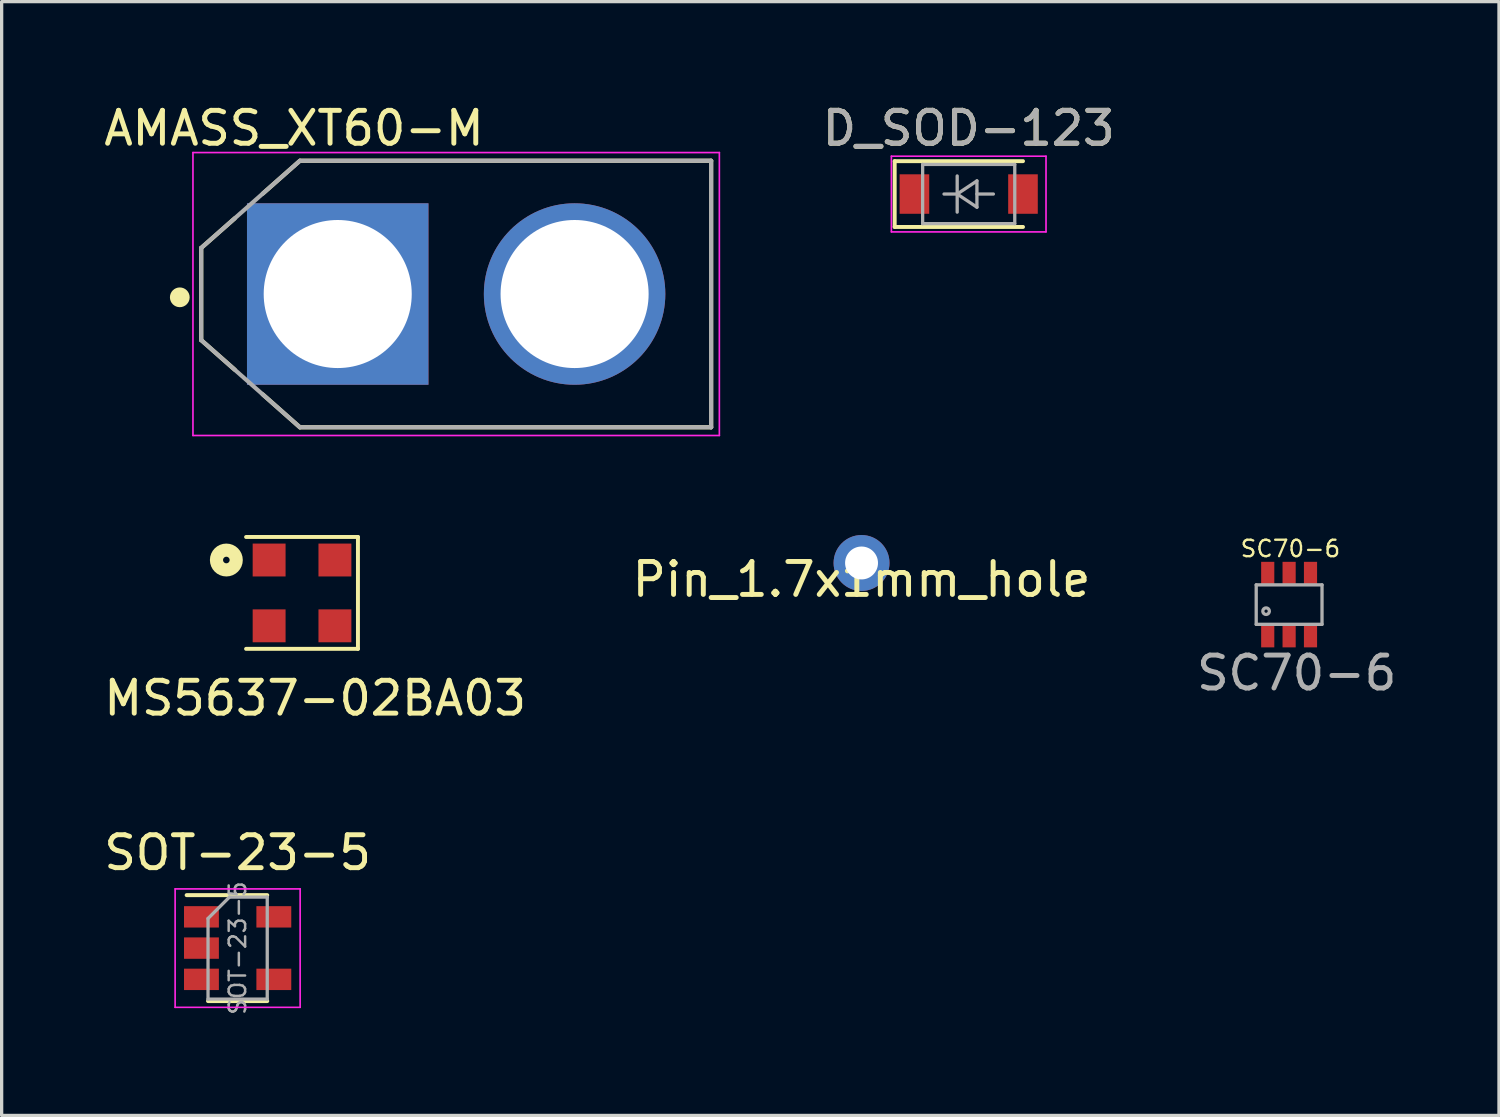
<source format=kicad_pcb>
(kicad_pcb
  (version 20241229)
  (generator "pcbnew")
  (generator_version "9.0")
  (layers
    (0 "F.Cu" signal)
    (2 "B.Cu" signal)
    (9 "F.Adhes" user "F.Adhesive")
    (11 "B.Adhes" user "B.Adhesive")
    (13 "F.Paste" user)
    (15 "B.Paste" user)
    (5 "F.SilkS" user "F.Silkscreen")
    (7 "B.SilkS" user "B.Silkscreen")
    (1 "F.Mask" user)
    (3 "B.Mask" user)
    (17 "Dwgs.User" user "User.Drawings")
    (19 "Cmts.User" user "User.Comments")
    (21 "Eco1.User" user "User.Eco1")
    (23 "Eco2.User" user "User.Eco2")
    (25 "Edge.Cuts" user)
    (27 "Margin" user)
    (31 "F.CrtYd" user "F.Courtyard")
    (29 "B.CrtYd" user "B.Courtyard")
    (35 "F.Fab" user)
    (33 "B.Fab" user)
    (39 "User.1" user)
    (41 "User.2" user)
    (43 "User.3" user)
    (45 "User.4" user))
  (footprint "D_SOD-123"
    (layer "F.Cu")
    (at 26.394 2.848)
    (property "Reference" "D_SOD-123" (at 0 -2 0) (layer "F.SilkS") (effects (font (size 1 1) (thickness 0.15))))
    (attr smd)
    (fp_line (start -2.25 -1) (end -2.25 1) (stroke (width 0.12) (type solid)) (layer "F.SilkS"))
    (fp_line (start -2.25 -1) (end 1.65 -1) (stroke (width 0.12) (type solid)) (layer "F.SilkS"))
    (fp_line (start -2.25 1) (end 1.65 1) (stroke (width 0.12) (type solid)) (layer "F.SilkS"))
    (fp_line (start -2.35 -1.15) (end -2.35 1.15) (stroke (width 0.05) (type solid)) (layer "F.CrtYd"))
    (fp_line (start -2.35 -1.15) (end 2.35 -1.15) (stroke (width 0.05) (type solid)) (layer "F.CrtYd"))
    (fp_line (start 2.35 -1.15) (end 2.35 1.15) (stroke (width 0.05) (type solid)) (layer "F.CrtYd"))
    (fp_line (start 2.35 1.15) (end -2.35 1.15) (stroke (width 0.05) (type solid)) (layer "F.CrtYd"))
    (fp_line (start -1.4 -0.9) (end 1.4 -0.9) (stroke (width 0.1) (type solid)) (layer "F.Fab"))
    (fp_line (start -1.4 0.9) (end -1.4 -0.9) (stroke (width 0.1) (type solid)) (layer "F.Fab"))
    (fp_line (start -0.75 0) (end -0.35 0) (stroke (width 0.1) (type solid)) (layer "F.Fab"))
    (fp_line (start -0.35 0) (end -0.35 -0.55) (stroke (width 0.1) (type solid)) (layer "F.Fab"))
    (fp_line (start -0.35 0) (end -0.35 0.55) (stroke (width 0.1) (type solid)) (layer "F.Fab"))
    (fp_line (start -0.35 0) (end 0.25 -0.4) (stroke (width 0.1) (type solid)) (layer "F.Fab"))
    (fp_line (start 0.25 -0.4) (end 0.25 0.4) (stroke (width 0.1) (type solid)) (layer "F.Fab"))
    (fp_line (start 0.25 0) (end 0.75 0) (stroke (width 0.1) (type solid)) (layer "F.Fab"))
    (fp_line (start 0.25 0.4) (end -0.35 0) (stroke (width 0.1) (type solid)) (layer "F.Fab"))
    (fp_line (start 1.4 -0.9) (end 1.4 0.9) (stroke (width 0.1) (type solid)) (layer "F.Fab"))
    (fp_line (start 1.4 0.9) (end -1.4 0.9) (stroke (width 0.1) (type solid)) (layer "F.Fab"))
    (fp_text user "${REFERENCE}" (at 0 -2 0) (layer "F.Fab") (effects (font (size 1 1) (thickness 0.15))))
    (pad "1" smd rect (at -1.65 0) (size 0.9 1.2) (layers "F.Cu" "F.Mask" "F.Paste"))
    (pad "2" smd rect (at 1.65 0) (size 0.9 1.2) (layers "F.Cu" "F.Mask" "F.Paste")))
  (footprint "SOT-23-5"
    (layer "F.Cu")
    (at 4.173 25.768)
    (property "Reference" "SOT-23-5" (at 0 -2.9 0) (layer "F.SilkS") (effects (font (size 1 1) (thickness 0.15))))
    (attr smd)
    (fp_line (start -0.9 1.61) (end 0.9 1.61) (stroke (width 0.12) (type solid)) (layer "F.SilkS"))
    (fp_line (start 0.9 -1.61) (end -1.55 -1.61) (stroke (width 0.12) (type solid)) (layer "F.SilkS"))
    (fp_line (start -1.9 -1.8) (end 1.9 -1.8) (stroke (width 0.05) (type solid)) (layer "F.CrtYd"))
    (fp_line (start -1.9 1.8) (end -1.9 -1.8) (stroke (width 0.05) (type solid)) (layer "F.CrtYd"))
    (fp_line (start 1.9 -1.8) (end 1.9 1.8) (stroke (width 0.05) (type solid)) (layer "F.CrtYd"))
    (fp_line (start 1.9 1.8) (end -1.9 1.8) (stroke (width 0.05) (type solid)) (layer "F.CrtYd"))
    (fp_line (start -0.9 -0.9) (end -0.9 1.55) (stroke (width 0.1) (type solid)) (layer "F.Fab"))
    (fp_line (start -0.9 -0.9) (end -0.25 -1.55) (stroke (width 0.1) (type solid)) (layer "F.Fab"))
    (fp_line (start 0.9 -1.55) (end -0.25 -1.55) (stroke (width 0.1) (type solid)) (layer "F.Fab"))
    (fp_line (start 0.9 -1.55) (end 0.9 1.55) (stroke (width 0.1) (type solid)) (layer "F.Fab"))
    (fp_line (start 0.9 1.55) (end -0.9 1.55) (stroke (width 0.1) (type solid)) (layer "F.Fab"))
    (fp_text user "${REFERENCE}" (at 0 0 90) (layer "F.Fab") (effects (font (size 0.5 0.5) (thickness 0.075))))
    (pad "1" smd rect (at -1.1 -0.95) (size 1.06 0.65) (layers "F.Cu" "F.Mask" "F.Paste"))
    (pad "2" smd rect (at -1.1 0) (size 1.06 0.65) (layers "F.Cu" "F.Mask" "F.Paste"))
    (pad "3" smd rect (at -1.1 0.95) (size 1.06 0.65) (layers "F.Cu" "F.Mask" "F.Paste"))
    (pad "4" smd rect (at 1.1 0.95) (size 1.06 0.65) (layers "F.Cu" "F.Mask" "F.Paste"))
    (pad "5" smd rect (at 1.1 -0.95) (size 1.06 0.65) (layers "F.Cu" "F.Mask" "F.Paste")))
  (footprint "MS5637-02BA03"
    (layer "F.Cu")
    (at 6.13 14.972)
    (property "Reference" "MS5637-02BA03" (at 0.4 3.2 0) (layer "F.SilkS") (effects (font (size 1 1) (thickness 0.15))))
    (attr through_hole)
    (fp_line (start -1.7 -1.7) (end 1.7 -1.7) (stroke (width 0.12) (type solid)) (layer "F.SilkS"))
    (fp_line (start 1.7 -1.7) (end 1.7 1.7) (stroke (width 0.12) (type solid)) (layer "F.SilkS"))
    (fp_line (start 1.7 1.7) (end -1.7 1.7) (stroke (width 0.12) (type solid)) (layer "F.SilkS"))
    (fp_circle (center -2.3 -1) (end -2.2 -1) (stroke (width 0.4) (type solid)) (fill no) (layer "F.SilkS"))
    (pad "1" smd rect (at -1 -1) (size 1 1) (layers "F.Cu" "F.Mask" "F.Paste"))
    (pad "2" smd rect (at -1 1) (size 1 1) (layers "F.Cu" "F.Mask" "F.Paste"))
    (pad "3" smd rect (at 1 1) (size 1 1) (layers "F.Cu" "F.Mask" "F.Paste"))
    (pad "4" smd rect (at 1 -1) (size 1 1) (layers "F.Cu" "F.Mask" "F.Paste")))
  (footprint "AMASS_XT60-M"
    (layer "F.Cu")
    (at 10.815 5.887)
    (property "Reference" "AMASS_XT60-M" (at -4.928 -5.038 0) (layer "F.SilkS") (effects (font (size 1 1) (thickness 0.15))))
    (attr through_hole)
    (fp_line (start -7.75 -1.4) (end -6.73 -2.3) (stroke (width 0.127) (type solid)) (layer "F.SilkS"))
    (fp_line (start -7.75 1.4) (end -7.75 -1.4) (stroke (width 0.127) (type solid)) (layer "F.SilkS"))
    (fp_line (start -7.75 1.4) (end -6.73 2.3) (stroke (width 0.127) (type solid)) (layer "F.SilkS"))
    (fp_line (start -4.75 -4.05) (end -5.88 -3.05) (stroke (width 0.127) (type solid)) (layer "F.SilkS"))
    (fp_line (start -4.75 -4.05) (end 7.75 -4.05) (stroke (width 0.127) (type solid)) (layer "F.SilkS"))
    (fp_line (start -4.75 4.05) (end -5.88 3.05) (stroke (width 0.127) (type solid)) (layer "F.SilkS"))
    (fp_line (start 7.75 -4.05) (end 7.75 4.05) (stroke (width 0.127) (type solid)) (layer "F.SilkS"))
    (fp_line (start 7.75 4.05) (end -4.75 4.05) (stroke (width 0.127) (type solid)) (layer "F.SilkS"))
    (fp_circle (center -8.4 0.1) (end -8.25 0.1) (stroke (width 0.3) (type solid)) (fill no) (layer "F.SilkS"))
    (fp_line (start -8 -4.3) (end 8 -4.3) (stroke (width 0.05) (type solid)) (layer "F.CrtYd"))
    (fp_line (start -8 4.3) (end -8 -4.3) (stroke (width 0.05) (type solid)) (layer "F.CrtYd"))
    (fp_line (start 8 -4.3) (end 8 4.3) (stroke (width 0.05) (type solid)) (layer "F.CrtYd"))
    (fp_line (start 8 4.3) (end -8 4.3) (stroke (width 0.05) (type solid)) (layer "F.CrtYd"))
    (fp_line (start -7.75 1.4) (end -7.75 -1.4) (stroke (width 0.127) (type solid)) (layer "F.Fab"))
    (fp_line (start -4.75 -4.05) (end -7.75 -1.4) (stroke (width 0.127) (type solid)) (layer "F.Fab"))
    (fp_line (start -4.75 -4.05) (end 7.75 -4.05) (stroke (width 0.127) (type solid)) (layer "F.Fab"))
    (fp_line (start -4.75 4.05) (end -7.75 1.4) (stroke (width 0.127) (type solid)) (layer "F.Fab"))
    (fp_line (start 7.75 -4.05) (end 7.75 4.05) (stroke (width 0.127) (type solid)) (layer "F.Fab"))
    (fp_line (start 7.75 4.05) (end -4.75 4.05) (stroke (width 0.127) (type solid)) (layer "F.Fab"))
    (pad "1" thru_hole rect (at -3.6 0) (size 5.516 5.516) (drill 4.5) (layers "*.Cu" "*.Mask"))
    (pad "2" thru_hole circle (at 3.6 0) (size 5.516 5.516) (drill 4.5) (layers "*.Cu" "*.Mask")))
  (footprint "Pin_1.7x1mm_hole"
    (layer "F.Cu")
    (at 23.137 14.062)
    (property "Reference" "Pin_1.7x1mm_hole" (at 0 0.5 0) (layer "F.SilkS") (effects (font (size 1 1) (thickness 0.15))))
    (attr through_hole)
    (pad "" thru_hole circle (at 0 0) (size 1.7 1.7) (drill 1) (layers "*.Cu" "*.Mask")))
  (footprint "SC70-6"
    (layer "F.Cu")
    (at 36.133 15.327)
    (property "Reference" "SC70-6" (at 0.04 -1.7 0) (layer "F.SilkS") (effects (font (size 0.5 0.5) (thickness 0.07))))
    (attr through_hole)
    (fp_line (start -1 -0.6) (end 1 -0.6) (stroke (width 0.1) (type solid)) (layer "F.Fab"))
    (fp_line (start -1 0.6) (end -1 -0.6) (stroke (width 0.1) (type solid)) (layer "F.Fab"))
    (fp_line (start 1 -0.6) (end 1 0.6) (stroke (width 0.1) (type solid)) (layer "F.Fab"))
    (fp_line (start 1 0.6) (end -1 0.6) (stroke (width 0.1) (type solid)) (layer "F.Fab"))
    (fp_circle (center -0.7 0.2) (end -0.6 0.2) (stroke (width 0.1) (type solid)) (fill no) (layer "F.Fab"))
    (fp_text user "${REFERENCE}" (at 0.23 2.08 0) (layer "F.Fab") (effects (font (size 1 1) (thickness 0.15))))
    (pad "1" smd rect (at -0.65 0.95) (size 0.4 0.7) (layers "F.Cu" "F.Mask" "F.Paste"))
    (pad "2" smd rect (at 0 0.95) (size 0.4 0.7) (layers "F.Cu" "F.Mask" "F.Paste"))
    (pad "3" smd rect (at 0.65 0.95) (size 0.4 0.7) (layers "F.Cu" "F.Mask" "F.Paste"))
    (pad "4" smd rect (at 0.65 -0.95) (size 0.4 0.7) (layers "F.Cu" "F.Mask" "F.Paste"))
    (pad "5" smd rect (at 0 -0.95) (size 0.4 0.7) (layers "F.Cu" "F.Mask" "F.Paste"))
    (pad "6" smd rect (at -0.65 -0.95) (size 0.4 0.7) (layers "F.Cu" "F.Mask" "F.Paste")))
  (gr_rect
    (start -3 -3)
    (end 42.512 30.855)
    (stroke (width 0.1) (type default))
    (fill no)
    (layer "Edge.Cuts")))
</source>
